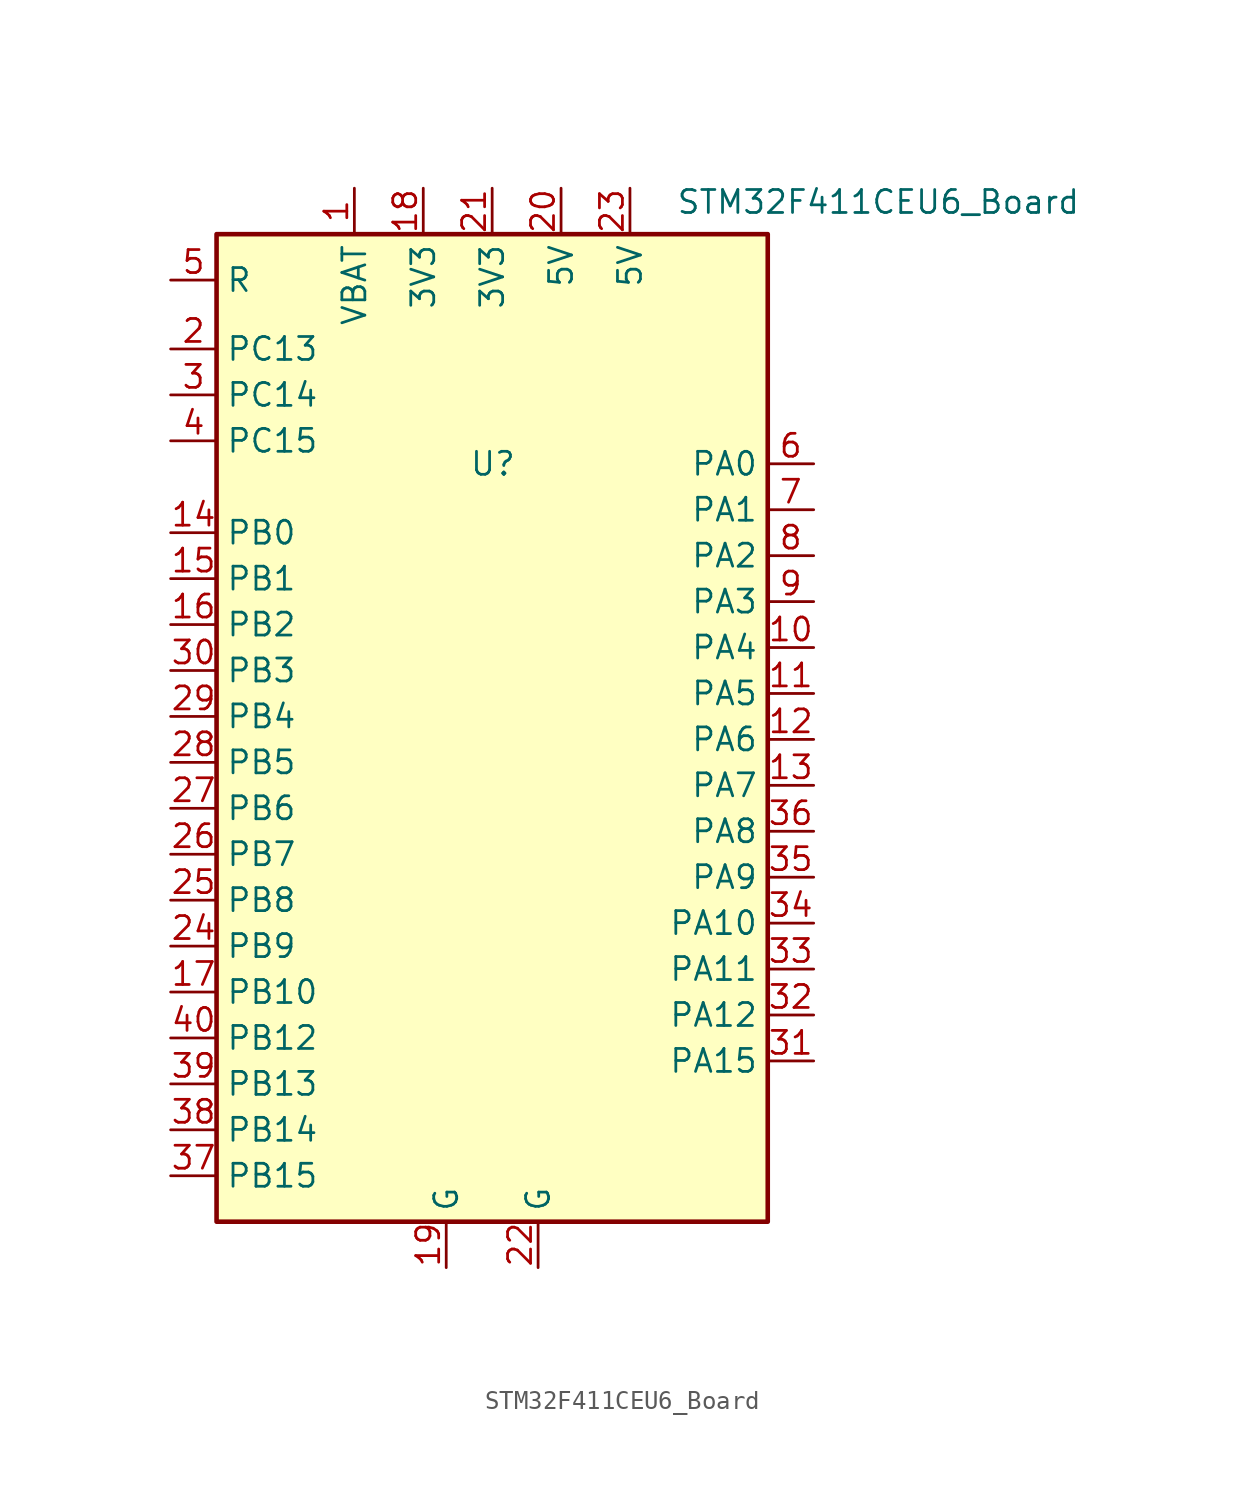
<source format=kicad_sym>
(kicad_symbol_lib
  (version 20241209)
  (generator "kicad_symbol_editor")
  (generator_version "9.0")
  (symbol "STM32F411CEU6_Board"
    (property "Reference" "U"
      (at -1.27 11.43 0)
      (effects (font (size 1.27 1.27)) (justify left)))
    (property "Value" "STM32F411CEU6_Board"
      (at 10.16 25.908 0)
      (effects (font (size 1.27 1.27)) (justify left)))
    (symbol "STM32F411CEU6_Board_0_1"
      (rectangle (start -15.24 24.13) (end 15.24 -30.48) (stroke (width 0.254) (type default)) (fill (type background))))
    (symbol "STM32F411CEU6_Board_1_1"
      (pin input line (at -17.78 21.59 0) (length 2.54) (name "R" (effects (font (size 1.27 1.27)))) (number "5" (effects (font (size 1.27 1.27)))))
      (pin bidirectional line (at -17.78 17.78 0) (length 2.54) (name "PC13" (effects (font (size 1.27 1.27)))) (number "2" (effects (font (size 1.27 1.27)))) (alternate "RTC_AF1" bidirectional line))
      (pin bidirectional line (at -17.78 15.24 0) (length 2.54) (name "PC14" (effects (font (size 1.27 1.27)))) (number "3" (effects (font (size 1.27 1.27)))) (alternate "RCC_OSC32_IN" bidirectional line))
      (pin bidirectional line (at -17.78 12.7 0) (length 2.54) (name "PC15" (effects (font (size 1.27 1.27)))) (number "4" (effects (font (size 1.27 1.27)))) (alternate "ADC1_EXTI15" bidirectional line) (alternate "RCC_OSC32_OUT" bidirectional line))
      (pin bidirectional line (at -17.78 7.62 0) (length 2.54) (name "PB0" (effects (font (size 1.27 1.27)))) (number "14" (effects (font (size 1.27 1.27)))) (alternate "ADC1_IN8" bidirectional line) (alternate "I2S5_CK" bidirectional line) (alternate "SPI5_SCK" bidirectional line) (alternate "TIM1_CH2N" bidirectional line) (alternate "TIM3_CH3" bidirectional line))
      (pin bidirectional line (at -17.78 5.08 0) (length 2.54) (name "PB1" (effects (font (size 1.27 1.27)))) (number "15" (effects (font (size 1.27 1.27)))) (alternate "ADC1_IN9" bidirectional line) (alternate "I2S5_WS" bidirectional line) (alternate "SPI5_NSS" bidirectional line) (alternate "TIM1_CH3N" bidirectional line) (alternate "TIM3_CH4" bidirectional line))
      (pin bidirectional line (at -17.78 2.54 0) (length 2.54) (name "PB2" (effects (font (size 1.27 1.27)))) (number "16" (effects (font (size 1.27 1.27)))))
      (pin bidirectional line (at -17.78 0 0) (length 2.54) (name "PB3" (effects (font (size 1.27 1.27)))) (number "30" (effects (font (size 1.27 1.27)))) (alternate "I2C2_SDA" bidirectional line) (alternate "I2S1_CK" bidirectional line) (alternate "I2S3_CK" bidirectional line) (alternate "SPI1_SCK" bidirectional line) (alternate "SPI3_SCK" bidirectional line) (alternate "SYS_JTDO-SWO" bidirectional line) (alternate "TIM2_CH2" bidirectional line) (alternate "USART1_RX" bidirectional line))
      (pin bidirectional line (at -17.78 -2.54 0) (length 2.54) (name "PB4" (effects (font (size 1.27 1.27)))) (number "29" (effects (font (size 1.27 1.27)))) (alternate "I2C3_SDA" bidirectional line) (alternate "I2S3_ext_SD" bidirectional line) (alternate "SDIO_D0" bidirectional line) (alternate "SPI1_MISO" bidirectional line) (alternate "SPI3_MISO" bidirectional line) (alternate "SYS_JTRST" bidirectional line) (alternate "TIM3_CH1" bidirectional line))
      (pin bidirectional line (at -17.78 -5.08 0) (length 2.54) (name "PB5" (effects (font (size 1.27 1.27)))) (number "28" (effects (font (size 1.27 1.27)))) (alternate "I2C1_SMBA" bidirectional line) (alternate "I2S1_SD" bidirectional line) (alternate "I2S3_SD" bidirectional line) (alternate "SDIO_D3" bidirectional line) (alternate "SPI1_MOSI" bidirectional line) (alternate "SPI3_MOSI" bidirectional line) (alternate "TIM3_CH2" bidirectional line))
      (pin bidirectional line (at -17.78 -7.62 0) (length 2.54) (name "PB6" (effects (font (size 1.27 1.27)))) (number "27" (effects (font (size 1.27 1.27)))) (alternate "I2C1_SCL" bidirectional line) (alternate "TIM4_CH1" bidirectional line) (alternate "USART1_TX" bidirectional line))
      (pin bidirectional line (at -17.78 -10.16 0) (length 2.54) (name "PB7" (effects (font (size 1.27 1.27)))) (number "26" (effects (font (size 1.27 1.27)))) (alternate "I2C1_SDA" bidirectional line) (alternate "SDIO_D0" bidirectional line) (alternate "TIM4_CH2" bidirectional line) (alternate "USART1_RX" bidirectional line))
      (pin bidirectional line (at -17.78 -12.7 0) (length 2.54) (name "PB8" (effects (font (size 1.27 1.27)))) (number "25" (effects (font (size 1.27 1.27)))) (alternate "I2C1_SCL" bidirectional line) (alternate "I2C3_SDA" bidirectional line) (alternate "I2S5_SD" bidirectional line) (alternate "SDIO_D4" bidirectional line) (alternate "SPI5_MOSI" bidirectional line) (alternate "TIM10_CH1" bidirectional line) (alternate "TIM4_CH3" bidirectional line))
      (pin bidirectional line (at -17.78 -15.24 0) (length 2.54) (name "PB9" (effects (font (size 1.27 1.27)))) (number "24" (effects (font (size 1.27 1.27)))) (alternate "I2C1_SDA" bidirectional line) (alternate "I2C2_SDA" bidirectional line) (alternate "I2S2_WS" bidirectional line) (alternate "SDIO_D5" bidirectional line) (alternate "SPI2_NSS" bidirectional line) (alternate "TIM11_CH1" bidirectional line) (alternate "TIM4_CH4" bidirectional line))
      (pin bidirectional line (at -17.78 -17.78 0) (length 2.54) (name "PB10" (effects (font (size 1.27 1.27)))) (number "17" (effects (font (size 1.27 1.27)))) (alternate "I2C2_SCL" bidirectional line) (alternate "I2S2_CK" bidirectional line) (alternate "I2S3_MCK" bidirectional line) (alternate "SDIO_D7" bidirectional line) (alternate "SPI2_SCK" bidirectional line) (alternate "TIM2_CH3" bidirectional line))
      (pin bidirectional line (at -17.78 -20.32 0) (length 2.54) (name "PB12" (effects (font (size 1.27 1.27)))) (number "40" (effects (font (size 1.27 1.27)))) (alternate "I2C2_SMBA" bidirectional line) (alternate "I2S2_WS" bidirectional line) (alternate "I2S3_CK" bidirectional line) (alternate "I2S4_WS" bidirectional line) (alternate "SPI2_NSS" bidirectional line) (alternate "SPI3_SCK" bidirectional line) (alternate "SPI4_NSS" bidirectional line) (alternate "TIM1_BKIN" bidirectional line))
      (pin bidirectional line (at -17.78 -22.86 0) (length 2.54) (name "PB13" (effects (font (size 1.27 1.27)))) (number "39" (effects (font (size 1.27 1.27)))) (alternate "I2S2_CK" bidirectional line) (alternate "I2S4_CK" bidirectional line) (alternate "SPI2_SCK" bidirectional line) (alternate "SPI4_SCK" bidirectional line) (alternate "TIM1_CH1N" bidirectional line))
      (pin bidirectional line (at -17.78 -25.4 0) (length 2.54) (name "PB14" (effects (font (size 1.27 1.27)))) (number "38" (effects (font (size 1.27 1.27)))) (alternate "I2S2_ext_SD" bidirectional line) (alternate "SDIO_D6" bidirectional line) (alternate "SPI2_MISO" bidirectional line) (alternate "TIM1_CH2N" bidirectional line))
      (pin bidirectional line (at -17.78 -27.94 0) (length 2.54) (name "PB15" (effects (font (size 1.27 1.27)))) (number "37" (effects (font (size 1.27 1.27)))) (alternate "ADC1_EXTI15" bidirectional line) (alternate "I2S2_SD" bidirectional line) (alternate "RTC_REFIN" bidirectional line) (alternate "SDIO_CK" bidirectional line) (alternate "SPI2_MOSI" bidirectional line) (alternate "TIM1_CH3N" bidirectional line))
      (pin power_in line (at -7.62 26.67 270) (length 2.54) (name "VBAT" (effects (font (size 1.27 1.27)))) (number "1" (effects (font (size 1.27 1.27)))))
      (pin power_in line (at -3.81 26.67 270) (length 2.54) (name "3V3" (effects (font (size 1.27 1.27)))) (number "18" (effects (font (size 1.27 1.27)))))
      (pin power_in line (at -2.54 -33.02 90) (length 2.54) (name "G" (effects (font (size 1.27 1.27)))) (number "19" (effects (font (size 1.27 1.27)))))
      (pin power_in line (at 0 26.67 270) (length 2.54) (name "3V3" (effects (font (size 1.27 1.27)))) (number "21" (effects (font (size 1.27 1.27)))))
      (pin power_in line (at 2.54 -33.02 90) (length 2.54) (name "G" (effects (font (size 1.27 1.27)))) (number "22" (effects (font (size 1.27 1.27)))))
      (pin power_in line (at 3.81 26.67 270) (length 2.54) (name "5V" (effects (font (size 1.27 1.27)))) (number "20" (effects (font (size 1.27 1.27)))))
      (pin power_in line (at 7.62 26.67 270) (length 2.54) (name "5V" (effects (font (size 1.27 1.27)))) (number "23" (effects (font (size 1.27 1.27)))))
      (pin bidirectional line (at 17.78 11.43 180) (length 2.54) (name "PA0" (effects (font (size 1.27 1.27)))) (number "6" (effects (font (size 1.27 1.27)))) (alternate "ADC1_IN0" bidirectional line) (alternate "SYS_WKUP" bidirectional line) (alternate "TIM2_CH1" bidirectional line) (alternate "TIM2_ETR" bidirectional line) (alternate "TIM5_CH1" bidirectional line) (alternate "USART2_CTS" bidirectional line))
      (pin bidirectional line (at 17.78 8.89 180) (length 2.54) (name "PA1" (effects (font (size 1.27 1.27)))) (number "7" (effects (font (size 1.27 1.27)))) (alternate "ADC1_IN1" bidirectional line) (alternate "I2S4_SD" bidirectional line) (alternate "SPI4_MOSI" bidirectional line) (alternate "TIM2_CH2" bidirectional line) (alternate "TIM5_CH2" bidirectional line) (alternate "USART2_RTS" bidirectional line))
      (pin bidirectional line (at 17.78 6.35 180) (length 2.54) (name "PA2" (effects (font (size 1.27 1.27)))) (number "8" (effects (font (size 1.27 1.27)))) (alternate "ADC1_IN2" bidirectional line) (alternate "I2S_CKIN" bidirectional line) (alternate "TIM2_CH3" bidirectional line) (alternate "TIM5_CH3" bidirectional line) (alternate "TIM9_CH1" bidirectional line) (alternate "USART2_TX" bidirectional line))
      (pin bidirectional line (at 17.78 3.81 180) (length 2.54) (name "PA3" (effects (font (size 1.27 1.27)))) (number "9" (effects (font (size 1.27 1.27)))) (alternate "ADC1_IN3" bidirectional line) (alternate "I2S2_MCK" bidirectional line) (alternate "TIM2_CH4" bidirectional line) (alternate "TIM5_CH4" bidirectional line) (alternate "TIM9_CH2" bidirectional line) (alternate "USART2_RX" bidirectional line))
      (pin bidirectional line (at 17.78 1.27 180) (length 2.54) (name "PA4" (effects (font (size 1.27 1.27)))) (number "10" (effects (font (size 1.27 1.27)))) (alternate "ADC1_IN4" bidirectional line) (alternate "I2S1_WS" bidirectional line) (alternate "I2S3_WS" bidirectional line) (alternate "SPI1_NSS" bidirectional line) (alternate "SPI3_NSS" bidirectional line) (alternate "USART2_CK" bidirectional line))
      (pin bidirectional line (at 17.78 -1.27 180) (length 2.54) (name "PA5" (effects (font (size 1.27 1.27)))) (number "11" (effects (font (size 1.27 1.27)))) (alternate "ADC1_IN5" bidirectional line) (alternate "I2S1_CK" bidirectional line) (alternate "SPI1_SCK" bidirectional line) (alternate "TIM2_CH1" bidirectional line) (alternate "TIM2_ETR" bidirectional line))
      (pin bidirectional line (at 17.78 -3.81 180) (length 2.54) (name "PA6" (effects (font (size 1.27 1.27)))) (number "12" (effects (font (size 1.27 1.27)))) (alternate "ADC1_IN6" bidirectional line) (alternate "I2S2_MCK" bidirectional line) (alternate "SDIO_CMD" bidirectional line) (alternate "SPI1_MISO" bidirectional line) (alternate "TIM1_BKIN" bidirectional line) (alternate "TIM3_CH1" bidirectional line))
      (pin bidirectional line (at 17.78 -6.35 180) (length 2.54) (name "PA7" (effects (font (size 1.27 1.27)))) (number "13" (effects (font (size 1.27 1.27)))) (alternate "ADC1_IN7" bidirectional line) (alternate "I2S1_SD" bidirectional line) (alternate "SPI1_MOSI" bidirectional line) (alternate "TIM1_CH1N" bidirectional line) (alternate "TIM3_CH2" bidirectional line))
      (pin bidirectional line (at 17.78 -8.89 180) (length 2.54) (name "PA8" (effects (font (size 1.27 1.27)))) (number "36" (effects (font (size 1.27 1.27)))) (alternate "I2C3_SCL" bidirectional line) (alternate "RCC_MCO_1" bidirectional line) (alternate "SDIO_D1" bidirectional line) (alternate "TIM1_CH1" bidirectional line) (alternate "USART1_CK" bidirectional line) (alternate "USB_OTG_FS_SOF" bidirectional line))
      (pin bidirectional line (at 17.78 -11.43 180) (length 2.54) (name "PA9" (effects (font (size 1.27 1.27)))) (number "35" (effects (font (size 1.27 1.27)))) (alternate "I2C3_SMBA" bidirectional line) (alternate "SDIO_D2" bidirectional line) (alternate "TIM1_CH2" bidirectional line) (alternate "USART1_TX" bidirectional line) (alternate "USB_OTG_FS_VBUS" bidirectional line))
      (pin bidirectional line (at 17.78 -13.97 180) (length 2.54) (name "PA10" (effects (font (size 1.27 1.27)))) (number "34" (effects (font (size 1.27 1.27)))) (alternate "I2S5_SD" bidirectional line) (alternate "SPI5_MOSI" bidirectional line) (alternate "TIM1_CH3" bidirectional line) (alternate "USART1_RX" bidirectional line) (alternate "USB_OTG_FS_ID" bidirectional line))
      (pin bidirectional line (at 17.78 -16.51 180) (length 2.54) (name "PA11" (effects (font (size 1.27 1.27)))) (number "33" (effects (font (size 1.27 1.27)))) (alternate "ADC1_EXTI11" bidirectional line) (alternate "SPI4_MISO" bidirectional line) (alternate "TIM1_CH4" bidirectional line) (alternate "USART1_CTS" bidirectional line) (alternate "USART6_TX" bidirectional line) (alternate "USB_OTG_FS_DM" bidirectional line))
      (pin bidirectional line (at 17.78 -19.05 180) (length 2.54) (name "PA12" (effects (font (size 1.27 1.27)))) (number "32" (effects (font (size 1.27 1.27)))) (alternate "SPI5_MISO" bidirectional line) (alternate "TIM1_ETR" bidirectional line) (alternate "USART1_RTS" bidirectional line) (alternate "USART6_RX" bidirectional line) (alternate "USB_OTG_FS_DP" bidirectional line))
      (pin bidirectional line (at 17.78 -21.59 180) (length 2.54) (name "PA15" (effects (font (size 1.27 1.27)))) (number "31" (effects (font (size 1.27 1.27)))) (alternate "ADC1_EXTI15" bidirectional line) (alternate "I2S1_WS" bidirectional line) (alternate "I2S3_WS" bidirectional line) (alternate "SPI1_NSS" bidirectional line) (alternate "SPI3_NSS" bidirectional line) (alternate "SYS_JTDI" bidirectional line) (alternate "TIM2_CH1" bidirectional line) (alternate "TIM2_ETR" bidirectional line) (alternate "USART1_TX" bidirectional line)))))
</source>
